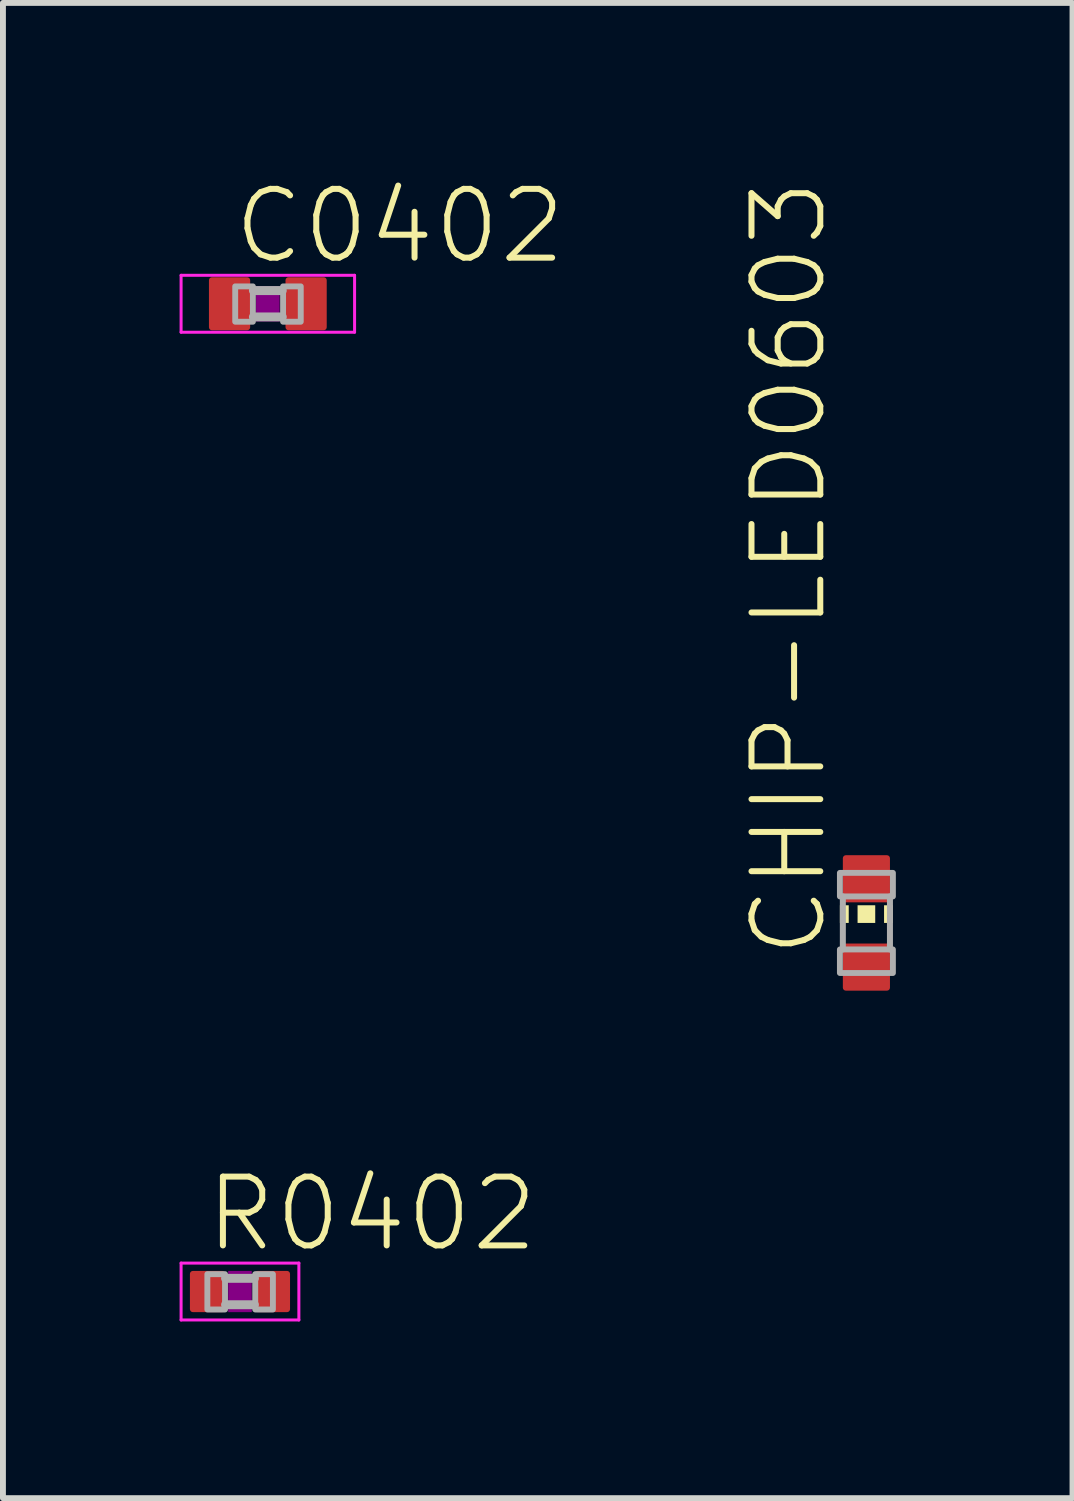
<source format=kicad_pcb>
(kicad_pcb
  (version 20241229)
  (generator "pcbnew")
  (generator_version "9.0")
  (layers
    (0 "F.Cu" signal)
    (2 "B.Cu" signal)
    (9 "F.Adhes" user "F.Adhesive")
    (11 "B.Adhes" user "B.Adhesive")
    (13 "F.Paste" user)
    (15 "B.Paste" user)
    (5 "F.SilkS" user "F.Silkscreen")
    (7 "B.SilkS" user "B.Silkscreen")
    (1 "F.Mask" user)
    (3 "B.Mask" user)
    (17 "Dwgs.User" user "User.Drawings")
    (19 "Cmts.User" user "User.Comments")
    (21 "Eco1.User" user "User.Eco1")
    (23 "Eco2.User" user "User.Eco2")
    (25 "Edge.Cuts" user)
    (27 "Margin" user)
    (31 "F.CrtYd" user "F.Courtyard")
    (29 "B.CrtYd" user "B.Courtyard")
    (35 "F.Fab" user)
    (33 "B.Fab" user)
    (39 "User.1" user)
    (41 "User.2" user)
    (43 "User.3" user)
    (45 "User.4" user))
  (footprint "C0402"
    (layer "F.Cu")
    (at 1.498 2.108)
    (property "Reference" "C0402" (at -0.635 -0.635 0) (layer "F.SilkS") (effects (font (size 1.168 1.168) (thickness 0.102)) (justify left bottom)))
    (fp_poly (pts (xy -0.2 0.3) (xy 0.2 0.3) (xy 0.2 -0.3) (xy -0.2 -0.3)) (stroke (width 0) (type solid)) (fill yes) (layer "F.Adhes"))
    (fp_line (start -1.473 -0.483) (end 1.473 -0.483) (stroke (width 0.051) (type solid)) (layer "F.CrtYd"))
    (fp_line (start -1.473 0.483) (end -1.473 -0.483) (stroke (width 0.051) (type solid)) (layer "F.CrtYd"))
    (fp_line (start 1.473 -0.483) (end 1.473 0.483) (stroke (width 0.051) (type solid)) (layer "F.CrtYd"))
    (fp_line (start 1.473 0.483) (end -1.473 0.483) (stroke (width 0.051) (type solid)) (layer "F.CrtYd"))
    (fp_line (start -0.245 -0.224) (end 0.245 -0.224) (stroke (width 0.152) (type solid)) (layer "F.Fab"))
    (fp_line (start 0.245 0.224) (end -0.245 0.224) (stroke (width 0.152) (type solid)) (layer "F.Fab"))
    (fp_poly (pts (xy -0.554 0.305) (xy -0.254 0.305) (xy -0.254 -0.295) (xy -0.554 -0.295)) (stroke (width 0.1) (type solid)) (fill no) (layer "F.Fab"))
    (fp_poly (pts (xy 0.259 0.305) (xy 0.559 0.305) (xy 0.559 -0.295) (xy 0.259 -0.295)) (stroke (width 0.1) (type solid)) (fill no) (layer "F.Fab"))
    (pad "1" smd roundrect (at -0.65 0) (size 0.7 0.9) (layers "F.Cu" "F.Mask" "F.Paste") (roundrect_rratio 0.073))
    (pad "2" smd roundrect (at 0.65 0) (size 0.7 0.9) (layers "F.Cu" "F.Mask" "F.Paste") (roundrect_rratio 0.073)))
  (footprint "CHIP-LED0603"
    (layer "F.Cu")
    (at 11.662 12.622)
    (property "Reference" "CHIP-LED0603" (at -0.635 0.635 90) (layer "F.SilkS") (effects (font (size 1.168 1.168) (thickness 0.102)) (justify left bottom)))
    (fp_poly (pts (xy -0.45 0) (xy -0.3 0) (xy -0.3 -0.3) (xy -0.45 -0.3)) (stroke (width 0) (type solid)) (fill yes) (layer "F.SilkS"))
    (fp_poly (pts (xy -0.15 0) (xy 0.15 0) (xy 0.15 -0.3) (xy -0.15 -0.3)) (stroke (width 0) (type solid)) (fill yes) (layer "F.SilkS"))
    (fp_poly (pts (xy 0.3 0) (xy 0.45 0) (xy 0.45 -0.3) (xy 0.3 -0.3)) (stroke (width 0) (type solid)) (fill yes) (layer "F.SilkS"))
    (fp_line (start -0.4 -0.45) (end -0.4 0.45) (stroke (width 0.102) (type solid)) (layer "F.Fab"))
    (fp_line (start 0.4 -0.45) (end 0.4 0.45) (stroke (width 0.102) (type solid)) (layer "F.Fab"))
    (fp_poly (pts (xy -0.45 -0.45) (xy 0.45 -0.45) (xy 0.45 -0.85) (xy -0.45 -0.85)) (stroke (width 0.1) (type solid)) (fill no) (layer "F.Fab"))
    (fp_poly (pts (xy -0.45 0.85) (xy 0.45 0.85) (xy 0.45 0.45) (xy -0.45 0.45)) (stroke (width 0.1) (type solid)) (fill no) (layer "F.Fab"))
    (pad "A" smd roundrect (at 0 0.75) (size 0.8 0.8) (layers "F.Cu" "F.Mask" "F.Paste") (roundrect_rratio 0.064))
    (pad "C" smd roundrect (at 0 -0.75) (size 0.8 0.8) (layers "F.Cu" "F.Mask" "F.Paste") (roundrect_rratio 0.064)))
  (footprint "R0402"
    (layer "F.Cu")
    (at 1.025 18.881)
    (property "Reference" "R0402" (at -0.635 -0.635 0) (layer "F.SilkS") (effects (font (size 1.168 1.168) (thickness 0.102)) (justify left bottom)))
    (fp_poly (pts (xy -0.2 0.35) (xy 0.2 0.35) (xy 0.2 -0.35) (xy -0.2 -0.35)) (stroke (width 0) (type solid)) (fill yes) (layer "F.Adhes"))
    (fp_line (start -1 -0.483) (end 1 -0.483) (stroke (width 0.051) (type solid)) (layer "F.CrtYd"))
    (fp_line (start -1 0.483) (end -1 -0.483) (stroke (width 0.051) (type solid)) (layer "F.CrtYd"))
    (fp_line (start 1 -0.483) (end 1 0.483) (stroke (width 0.051) (type solid)) (layer "F.CrtYd"))
    (fp_line (start 1 0.483) (end -1 0.483) (stroke (width 0.051) (type solid)) (layer "F.CrtYd"))
    (fp_line (start -0.245 -0.224) (end 0.245 -0.224) (stroke (width 0.152) (type solid)) (layer "F.Fab"))
    (fp_line (start 0.245 0.224) (end -0.245 0.224) (stroke (width 0.152) (type solid)) (layer "F.Fab"))
    (fp_poly (pts (xy -0.554 0.305) (xy -0.254 0.305) (xy -0.254 -0.295) (xy -0.554 -0.295)) (stroke (width 0.1) (type solid)) (fill no) (layer "F.Fab"))
    (fp_poly (pts (xy 0.259 0.305) (xy 0.559 0.305) (xy 0.559 -0.295) (xy 0.259 -0.295)) (stroke (width 0.1) (type solid)) (fill no) (layer "F.Fab"))
    (pad "1" smd roundrect (at -0.55 0) (size 0.6 0.7) (layers "F.Cu" "F.Mask" "F.Paste") (roundrect_rratio 0.085))
    (pad "2" smd roundrect (at 0.55 0) (size 0.6 0.7) (layers "F.Cu" "F.Mask" "F.Paste") (roundrect_rratio 0.085)))
  (gr_rect
    (start -3 -3)
    (end 15.162 22.389)
    (stroke (width 0.1) (type default))
    (fill no)
    (layer "Edge.Cuts")))
</source>
